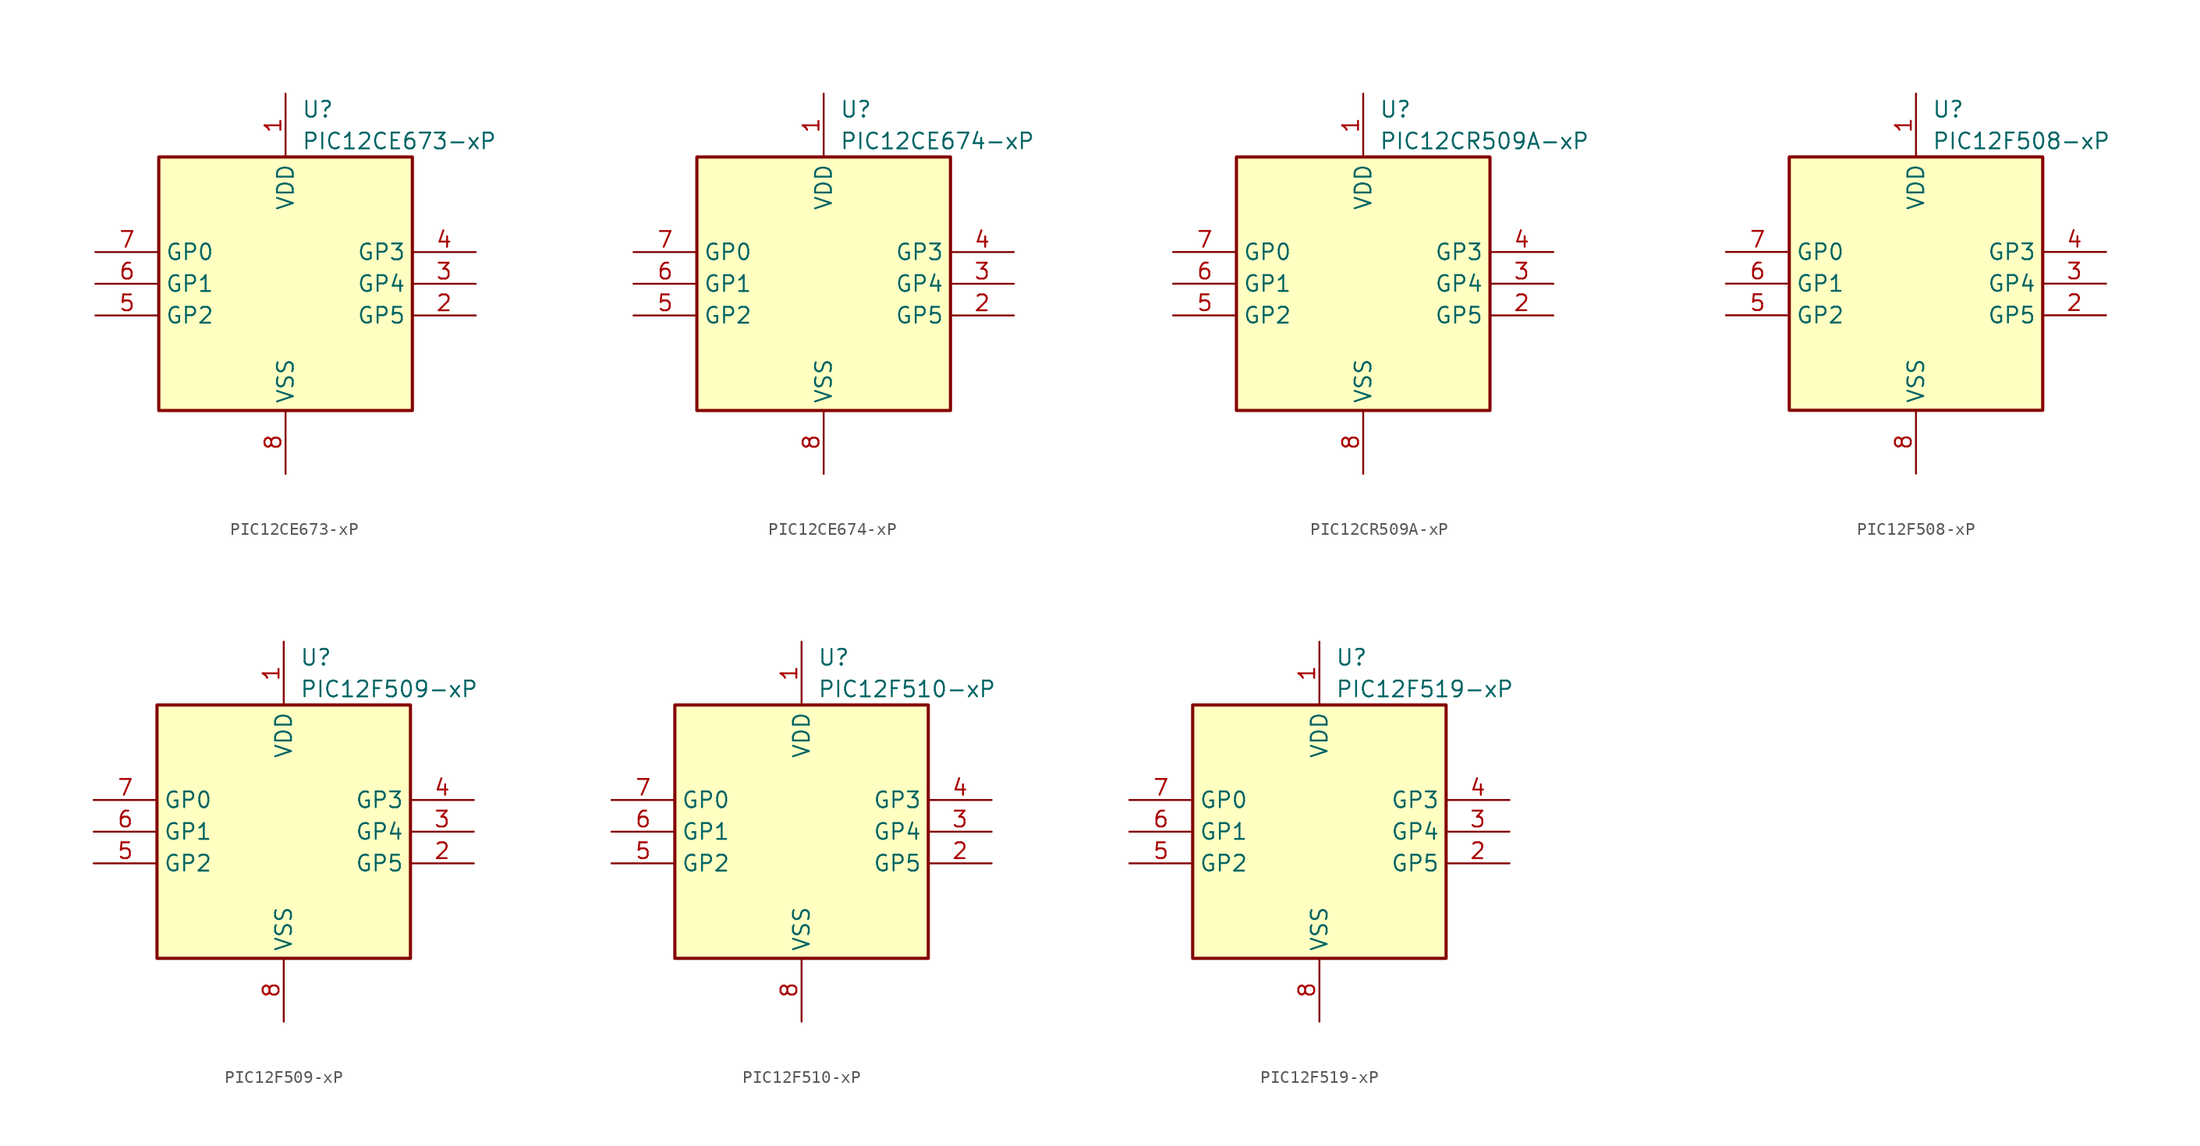
<source format=kicad_sym>
(kicad_symbol_lib
  (version 20231120)
  (generator "kicad_symbol_editor")
  (generator_version "8.0")
  (symbol "PIC12CE673-xP"
    (property "Reference" "U"
      (at 1.27 13.97 0)
      (effects (font (size 1.27 1.27)) (justify left)))
    (property "Value" "PIC12CE673-xP"
      (at 1.27 11.43 0)
      (effects (font (size 1.27 1.27)) (justify left)))
    (symbol "PIC12CE673-xP_0_1"
      (rectangle (start 10.16 -10.16) (end -10.16 10.16) (stroke (width 0.254) (type default)) (fill (type background))))
    (symbol "PIC12CE673-xP_1_1"
      (pin power_in line (at 0 15.24 270) (length 5.08) (name "VDD" (effects (font (size 1.27 1.27)))) (number "1" (effects (font (size 1.27 1.27)))))
      (pin bidirectional line (at 15.24 -2.54 180) (length 5.08) (name "GP5" (effects (font (size 1.27 1.27)))) (number "2" (effects (font (size 1.27 1.27)))))
      (pin bidirectional line (at 15.24 0 180) (length 5.08) (name "GP4" (effects (font (size 1.27 1.27)))) (number "3" (effects (font (size 1.27 1.27)))))
      (pin input line (at 15.24 2.54 180) (length 5.08) (name "GP3" (effects (font (size 1.27 1.27)))) (number "4" (effects (font (size 1.27 1.27)))))
      (pin bidirectional line (at -15.24 -2.54 0) (length 5.08) (name "GP2" (effects (font (size 1.27 1.27)))) (number "5" (effects (font (size 1.27 1.27)))))
      (pin bidirectional line (at -15.24 0 0) (length 5.08) (name "GP1" (effects (font (size 1.27 1.27)))) (number "6" (effects (font (size 1.27 1.27)))))
      (pin bidirectional line (at -15.24 2.54 0) (length 5.08) (name "GP0" (effects (font (size 1.27 1.27)))) (number "7" (effects (font (size 1.27 1.27)))))
      (pin power_in line (at 0 -15.24 90) (length 5.08) (name "VSS" (effects (font (size 1.27 1.27)))) (number "8" (effects (font (size 1.27 1.27)))))))
  (symbol "PIC12CE674-xP"
    (property "Reference" "U"
      (at 1.27 13.97 0)
      (effects (font (size 1.27 1.27)) (justify left)))
    (property "Value" "PIC12CE674-xP"
      (at 1.27 11.43 0)
      (effects (font (size 1.27 1.27)) (justify left)))
    (symbol "PIC12CE674-xP_0_1"
      (rectangle (start 10.16 -10.16) (end -10.16 10.16) (stroke (width 0.254) (type default)) (fill (type background))))
    (symbol "PIC12CE674-xP_1_1"
      (pin power_in line (at 0 15.24 270) (length 5.08) (name "VDD" (effects (font (size 1.27 1.27)))) (number "1" (effects (font (size 1.27 1.27)))))
      (pin bidirectional line (at 15.24 -2.54 180) (length 5.08) (name "GP5" (effects (font (size 1.27 1.27)))) (number "2" (effects (font (size 1.27 1.27)))))
      (pin bidirectional line (at 15.24 0 180) (length 5.08) (name "GP4" (effects (font (size 1.27 1.27)))) (number "3" (effects (font (size 1.27 1.27)))))
      (pin input line (at 15.24 2.54 180) (length 5.08) (name "GP3" (effects (font (size 1.27 1.27)))) (number "4" (effects (font (size 1.27 1.27)))))
      (pin bidirectional line (at -15.24 -2.54 0) (length 5.08) (name "GP2" (effects (font (size 1.27 1.27)))) (number "5" (effects (font (size 1.27 1.27)))))
      (pin bidirectional line (at -15.24 0 0) (length 5.08) (name "GP1" (effects (font (size 1.27 1.27)))) (number "6" (effects (font (size 1.27 1.27)))))
      (pin bidirectional line (at -15.24 2.54 0) (length 5.08) (name "GP0" (effects (font (size 1.27 1.27)))) (number "7" (effects (font (size 1.27 1.27)))))
      (pin power_in line (at 0 -15.24 90) (length 5.08) (name "VSS" (effects (font (size 1.27 1.27)))) (number "8" (effects (font (size 1.27 1.27)))))))
  (symbol "PIC12CR509A-xP"
    (property "Reference" "U"
      (at 1.27 13.97 0)
      (effects (font (size 1.27 1.27)) (justify left)))
    (property "Value" "PIC12CR509A-xP"
      (at 1.27 11.43 0)
      (effects (font (size 1.27 1.27)) (justify left)))
    (symbol "PIC12CR509A-xP_0_1"
      (rectangle (start 10.16 -10.16) (end -10.16 10.16) (stroke (width 0.254) (type default)) (fill (type background))))
    (symbol "PIC12CR509A-xP_1_1"
      (pin power_in line (at 0 15.24 270) (length 5.08) (name "VDD" (effects (font (size 1.27 1.27)))) (number "1" (effects (font (size 1.27 1.27)))))
      (pin bidirectional line (at 15.24 -2.54 180) (length 5.08) (name "GP5" (effects (font (size 1.27 1.27)))) (number "2" (effects (font (size 1.27 1.27)))))
      (pin bidirectional line (at 15.24 0 180) (length 5.08) (name "GP4" (effects (font (size 1.27 1.27)))) (number "3" (effects (font (size 1.27 1.27)))))
      (pin input line (at 15.24 2.54 180) (length 5.08) (name "GP3" (effects (font (size 1.27 1.27)))) (number "4" (effects (font (size 1.27 1.27)))))
      (pin bidirectional line (at -15.24 -2.54 0) (length 5.08) (name "GP2" (effects (font (size 1.27 1.27)))) (number "5" (effects (font (size 1.27 1.27)))))
      (pin bidirectional line (at -15.24 0 0) (length 5.08) (name "GP1" (effects (font (size 1.27 1.27)))) (number "6" (effects (font (size 1.27 1.27)))))
      (pin bidirectional line (at -15.24 2.54 0) (length 5.08) (name "GP0" (effects (font (size 1.27 1.27)))) (number "7" (effects (font (size 1.27 1.27)))))
      (pin power_in line (at 0 -15.24 90) (length 5.08) (name "VSS" (effects (font (size 1.27 1.27)))) (number "8" (effects (font (size 1.27 1.27)))))))
  (symbol "PIC12F508-xP"
    (property "Reference" "U"
      (at 1.27 13.97 0)
      (effects (font (size 1.27 1.27)) (justify left)))
    (property "Value" "PIC12F508-xP"
      (at 1.27 11.43 0)
      (effects (font (size 1.27 1.27)) (justify left)))
    (symbol "PIC12F508-xP_0_1"
      (rectangle (start 10.16 -10.16) (end -10.16 10.16) (stroke (width 0.254) (type default)) (fill (type background))))
    (symbol "PIC12F508-xP_1_1"
      (pin power_in line (at 0 15.24 270) (length 5.08) (name "VDD" (effects (font (size 1.27 1.27)))) (number "1" (effects (font (size 1.27 1.27)))))
      (pin bidirectional line (at 15.24 -2.54 180) (length 5.08) (name "GP5" (effects (font (size 1.27 1.27)))) (number "2" (effects (font (size 1.27 1.27)))))
      (pin bidirectional line (at 15.24 0 180) (length 5.08) (name "GP4" (effects (font (size 1.27 1.27)))) (number "3" (effects (font (size 1.27 1.27)))))
      (pin input line (at 15.24 2.54 180) (length 5.08) (name "GP3" (effects (font (size 1.27 1.27)))) (number "4" (effects (font (size 1.27 1.27)))))
      (pin bidirectional line (at -15.24 -2.54 0) (length 5.08) (name "GP2" (effects (font (size 1.27 1.27)))) (number "5" (effects (font (size 1.27 1.27)))))
      (pin bidirectional line (at -15.24 0 0) (length 5.08) (name "GP1" (effects (font (size 1.27 1.27)))) (number "6" (effects (font (size 1.27 1.27)))))
      (pin bidirectional line (at -15.24 2.54 0) (length 5.08) (name "GP0" (effects (font (size 1.27 1.27)))) (number "7" (effects (font (size 1.27 1.27)))))
      (pin power_in line (at 0 -15.24 90) (length 5.08) (name "VSS" (effects (font (size 1.27 1.27)))) (number "8" (effects (font (size 1.27 1.27)))))))
  (symbol "PIC12F509-xP"
    (property "Reference" "U"
      (at 1.27 13.97 0)
      (effects (font (size 1.27 1.27)) (justify left)))
    (property "Value" "PIC12F509-xP"
      (at 1.27 11.43 0)
      (effects (font (size 1.27 1.27)) (justify left)))
    (symbol "PIC12F509-xP_0_1"
      (rectangle (start 10.16 -10.16) (end -10.16 10.16) (stroke (width 0.254) (type default)) (fill (type background))))
    (symbol "PIC12F509-xP_1_1"
      (pin power_in line (at 0 15.24 270) (length 5.08) (name "VDD" (effects (font (size 1.27 1.27)))) (number "1" (effects (font (size 1.27 1.27)))))
      (pin bidirectional line (at 15.24 -2.54 180) (length 5.08) (name "GP5" (effects (font (size 1.27 1.27)))) (number "2" (effects (font (size 1.27 1.27)))))
      (pin bidirectional line (at 15.24 0 180) (length 5.08) (name "GP4" (effects (font (size 1.27 1.27)))) (number "3" (effects (font (size 1.27 1.27)))))
      (pin input line (at 15.24 2.54 180) (length 5.08) (name "GP3" (effects (font (size 1.27 1.27)))) (number "4" (effects (font (size 1.27 1.27)))))
      (pin bidirectional line (at -15.24 -2.54 0) (length 5.08) (name "GP2" (effects (font (size 1.27 1.27)))) (number "5" (effects (font (size 1.27 1.27)))))
      (pin bidirectional line (at -15.24 0 0) (length 5.08) (name "GP1" (effects (font (size 1.27 1.27)))) (number "6" (effects (font (size 1.27 1.27)))))
      (pin bidirectional line (at -15.24 2.54 0) (length 5.08) (name "GP0" (effects (font (size 1.27 1.27)))) (number "7" (effects (font (size 1.27 1.27)))))
      (pin power_in line (at 0 -15.24 90) (length 5.08) (name "VSS" (effects (font (size 1.27 1.27)))) (number "8" (effects (font (size 1.27 1.27)))))))
  (symbol "PIC12F510-xP"
    (property "Reference" "U"
      (at 1.27 13.97 0)
      (effects (font (size 1.27 1.27)) (justify left)))
    (property "Value" "PIC12F510-xP"
      (at 1.27 11.43 0)
      (effects (font (size 1.27 1.27)) (justify left)))
    (symbol "PIC12F510-xP_0_1"
      (rectangle (start 10.16 -10.16) (end -10.16 10.16) (stroke (width 0.254) (type default)) (fill (type background))))
    (symbol "PIC12F510-xP_1_1"
      (pin power_in line (at 0 15.24 270) (length 5.08) (name "VDD" (effects (font (size 1.27 1.27)))) (number "1" (effects (font (size 1.27 1.27)))))
      (pin bidirectional line (at 15.24 -2.54 180) (length 5.08) (name "GP5" (effects (font (size 1.27 1.27)))) (number "2" (effects (font (size 1.27 1.27)))))
      (pin bidirectional line (at 15.24 0 180) (length 5.08) (name "GP4" (effects (font (size 1.27 1.27)))) (number "3" (effects (font (size 1.27 1.27)))))
      (pin input line (at 15.24 2.54 180) (length 5.08) (name "GP3" (effects (font (size 1.27 1.27)))) (number "4" (effects (font (size 1.27 1.27)))))
      (pin bidirectional line (at -15.24 -2.54 0) (length 5.08) (name "GP2" (effects (font (size 1.27 1.27)))) (number "5" (effects (font (size 1.27 1.27)))))
      (pin bidirectional line (at -15.24 0 0) (length 5.08) (name "GP1" (effects (font (size 1.27 1.27)))) (number "6" (effects (font (size 1.27 1.27)))))
      (pin bidirectional line (at -15.24 2.54 0) (length 5.08) (name "GP0" (effects (font (size 1.27 1.27)))) (number "7" (effects (font (size 1.27 1.27)))))
      (pin power_in line (at 0 -15.24 90) (length 5.08) (name "VSS" (effects (font (size 1.27 1.27)))) (number "8" (effects (font (size 1.27 1.27)))))))
  (symbol "PIC12F519-xP"
    (property "Reference" "U"
      (at 1.27 13.97 0)
      (effects (font (size 1.27 1.27)) (justify left)))
    (property "Value" "PIC12F519-xP"
      (at 1.27 11.43 0)
      (effects (font (size 1.27 1.27)) (justify left)))
    (symbol "PIC12F519-xP_0_1"
      (rectangle (start 10.16 -10.16) (end -10.16 10.16) (stroke (width 0.254) (type default)) (fill (type background))))
    (symbol "PIC12F519-xP_1_1"
      (pin power_in line (at 0 15.24 270) (length 5.08) (name "VDD" (effects (font (size 1.27 1.27)))) (number "1" (effects (font (size 1.27 1.27)))))
      (pin bidirectional line (at 15.24 -2.54 180) (length 5.08) (name "GP5" (effects (font (size 1.27 1.27)))) (number "2" (effects (font (size 1.27 1.27)))))
      (pin bidirectional line (at 15.24 0 180) (length 5.08) (name "GP4" (effects (font (size 1.27 1.27)))) (number "3" (effects (font (size 1.27 1.27)))))
      (pin input line (at 15.24 2.54 180) (length 5.08) (name "GP3" (effects (font (size 1.27 1.27)))) (number "4" (effects (font (size 1.27 1.27)))))
      (pin bidirectional line (at -15.24 -2.54 0) (length 5.08) (name "GP2" (effects (font (size 1.27 1.27)))) (number "5" (effects (font (size 1.27 1.27)))))
      (pin bidirectional line (at -15.24 0 0) (length 5.08) (name "GP1" (effects (font (size 1.27 1.27)))) (number "6" (effects (font (size 1.27 1.27)))))
      (pin bidirectional line (at -15.24 2.54 0) (length 5.08) (name "GP0" (effects (font (size 1.27 1.27)))) (number "7" (effects (font (size 1.27 1.27)))))
      (pin power_in line (at 0 -15.24 90) (length 5.08) (name "VSS" (effects (font (size 1.27 1.27)))) (number "8" (effects (font (size 1.27 1.27))))))))
</source>
